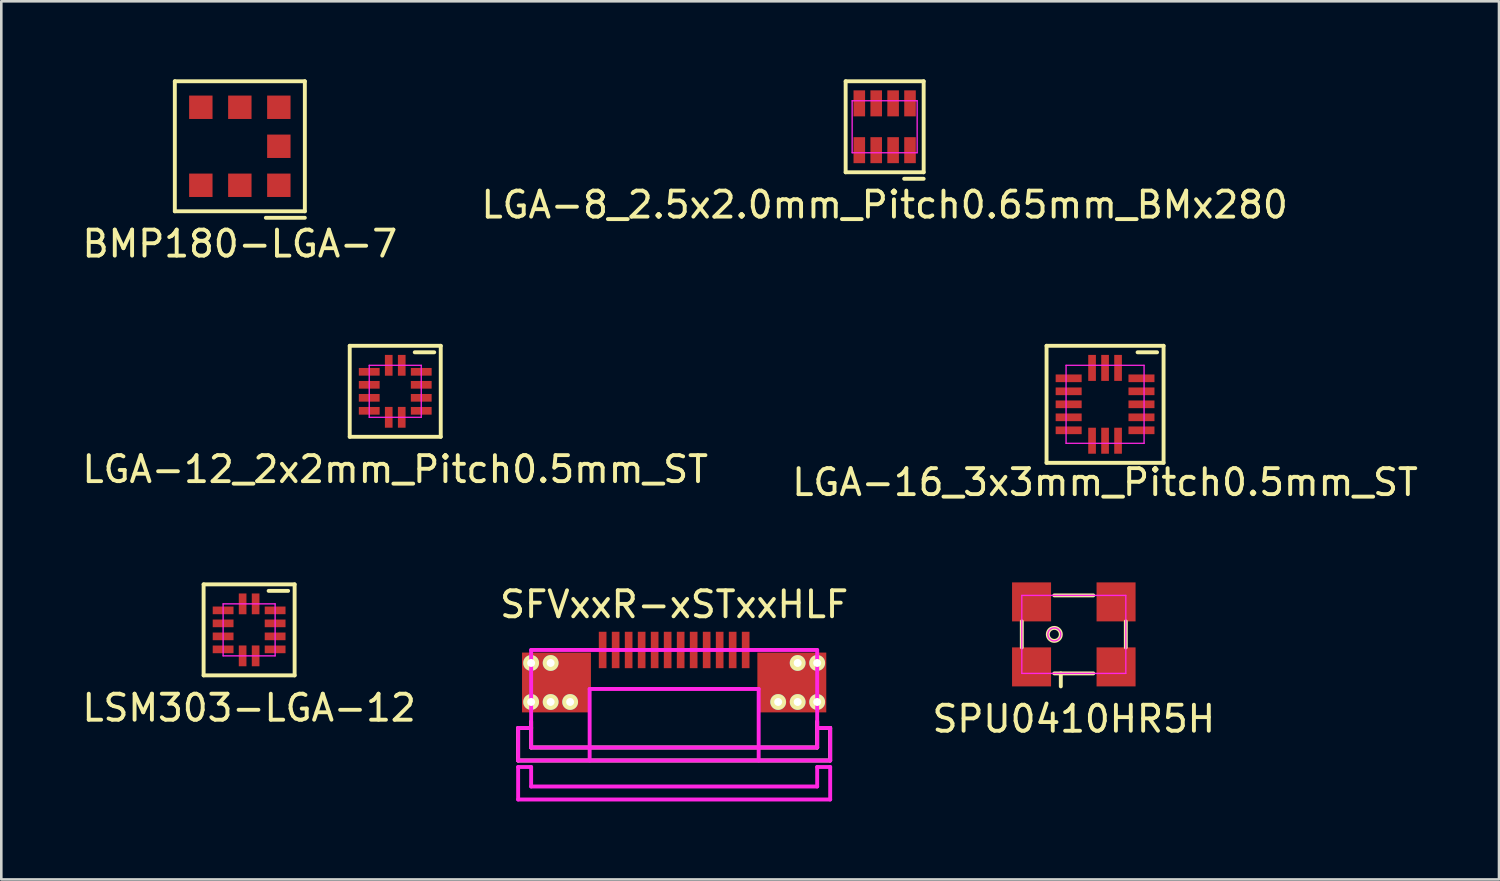
<source format=kicad_pcb>
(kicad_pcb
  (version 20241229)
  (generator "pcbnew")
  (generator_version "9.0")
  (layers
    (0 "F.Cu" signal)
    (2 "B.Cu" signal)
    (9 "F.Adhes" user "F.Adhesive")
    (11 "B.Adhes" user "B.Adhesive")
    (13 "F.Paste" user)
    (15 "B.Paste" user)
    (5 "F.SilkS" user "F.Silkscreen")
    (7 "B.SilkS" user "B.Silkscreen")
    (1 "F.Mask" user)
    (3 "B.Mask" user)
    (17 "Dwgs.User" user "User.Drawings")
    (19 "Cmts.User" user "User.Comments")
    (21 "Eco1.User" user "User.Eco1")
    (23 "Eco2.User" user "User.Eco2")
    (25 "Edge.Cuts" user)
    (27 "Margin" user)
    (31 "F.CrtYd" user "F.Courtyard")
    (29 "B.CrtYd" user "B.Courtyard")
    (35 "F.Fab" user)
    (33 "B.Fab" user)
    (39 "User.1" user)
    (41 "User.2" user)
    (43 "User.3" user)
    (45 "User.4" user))
  (footprint "LGA-16_3x3mm_Pitch0.5mm_ST"
    (layer "F.Cu")
    (at 39.446 12.498)
    (property "Reference" "LGA-16_3x3mm_Pitch0.5mm_ST" (at 0 3 0) (layer "F.SilkS") (effects (font (size 1 1) (thickness 0.15))))
    (attr through_hole)
    (fp_line (start -2.25 -2.25) (end -2.25 2.25) (stroke (width 0.15) (type solid)) (layer "F.SilkS"))
    (fp_line (start -2.25 2.25) (end 2.25 2.25) (stroke (width 0.15) (type solid)) (layer "F.SilkS"))
    (fp_line (start 1.25 -2) (end 2 -2) (stroke (width 0.15) (type solid)) (layer "F.SilkS"))
    (fp_line (start 2.25 -2.25) (end -2.25 -2.25) (stroke (width 0.15) (type solid)) (layer "F.SilkS"))
    (fp_line (start 2.25 2.25) (end 2.25 -2.25) (stroke (width 0.15) (type solid)) (layer "F.SilkS"))
    (fp_line (start -1.5 -1.5) (end -1.5 1.5) (stroke (width 0.05) (type solid)) (layer "F.CrtYd"))
    (fp_line (start -1.5 1.5) (end 1.5 1.5) (stroke (width 0.05) (type solid)) (layer "F.CrtYd"))
    (fp_line (start 1.5 -1.5) (end -1.5 -1.5) (stroke (width 0.05) (type solid)) (layer "F.CrtYd"))
    (fp_line (start 1.5 1.5) (end 1.5 -1.5) (stroke (width 0.05) (type solid)) (layer "F.CrtYd"))
    (pad "1" smd rect (at 1.4 -1) (size 1 0.295) (layers "F.Cu" "F.Mask" "F.Paste"))
    (pad "2" smd rect (at 1.4 -0.5) (size 1 0.295) (layers "F.Cu" "F.Mask" "F.Paste"))
    (pad "3" smd rect (at 1.4 0) (size 1 0.295) (layers "F.Cu" "F.Mask" "F.Paste"))
    (pad "4" smd rect (at 1.4 0.5) (size 1 0.295) (layers "F.Cu" "F.Mask" "F.Paste"))
    (pad "5" smd rect (at 1.4 1) (size 1 0.295) (layers "F.Cu" "F.Mask" "F.Paste"))
    (pad "6" smd rect (at 0.5 1.4 90) (size 1 0.295) (layers "F.Cu" "F.Mask" "F.Paste"))
    (pad "7" smd rect (at 0 1.4 90) (size 1 0.295) (layers "F.Cu" "F.Mask" "F.Paste"))
    (pad "8" smd rect (at -0.5 1.4 90) (size 1 0.295) (layers "F.Cu" "F.Mask" "F.Paste"))
    (pad "9" smd rect (at -1.4 1) (size 1 0.295) (layers "F.Cu" "F.Mask" "F.Paste"))
    (pad "10" smd rect (at -1.4 0.5) (size 1 0.295) (layers "F.Cu" "F.Mask" "F.Paste"))
    (pad "11" smd rect (at -1.4 0) (size 1 0.295) (layers "F.Cu" "F.Mask" "F.Paste"))
    (pad "12" smd rect (at -1.4 -0.5) (size 1 0.295) (layers "F.Cu" "F.Mask" "F.Paste"))
    (pad "13" smd rect (at -1.4 -1) (size 1 0.295) (layers "F.Cu" "F.Mask" "F.Paste"))
    (pad "14" smd rect (at -0.5 -1.4 270) (size 1 0.295) (layers "F.Cu" "F.Mask" "F.Paste"))
    (pad "15" smd rect (at 0 -1.4 270) (size 1 0.295) (layers "F.Cu" "F.Mask" "F.Paste"))
    (pad "16" smd rect (at 0.5 -1.4 270) (size 1 0.295) (layers "F.Cu" "F.Mask" "F.Paste")))
  (footprint "BMP180-LGA-7"
    (layer "F.Cu")
    (at 6.173 2.575)
    (property "Reference" "BMP180-LGA-7" (at 0 3.75 0) (layer "F.SilkS") (effects (font (size 1 1) (thickness 0.15))))
    (attr through_hole)
    (fp_line (start -2.5 -2.5) (end 2.5 -2.5) (stroke (width 0.15) (type solid)) (layer "F.SilkS"))
    (fp_line (start -2.5 2.5) (end -2.5 -2.5) (stroke (width 0.15) (type solid)) (layer "F.SilkS"))
    (fp_line (start 1 2.75) (end 2.5 2.75) (stroke (width 0.15) (type solid)) (layer "F.SilkS"))
    (fp_line (start 2.5 -2.5) (end 2.5 2.5) (stroke (width 0.15) (type solid)) (layer "F.SilkS"))
    (fp_line (start 2.5 2.5) (end -2.5 2.5) (stroke (width 0.15) (type solid)) (layer "F.SilkS"))
    (pad "1" smd rect (at 1.5 1.5) (size 0.9 0.9) (layers "F.Cu" "F.Mask" "F.Paste"))
    (pad "2" smd rect (at 0 1.5) (size 0.9 0.9) (layers "F.Cu" "F.Mask" "F.Paste"))
    (pad "3" smd rect (at -1.5 1.5) (size 0.9 0.9) (layers "F.Cu" "F.Mask" "F.Paste"))
    (pad "4" smd rect (at -1.5 -1.5) (size 0.9 0.9) (layers "F.Cu" "F.Mask" "F.Paste"))
    (pad "5" smd rect (at 0 -1.5) (size 0.9 0.9) (layers "F.Cu" "F.Mask" "F.Paste"))
    (pad "6" smd rect (at 1.5 -1.5) (size 0.9 0.9) (layers "F.Cu" "F.Mask" "F.Paste"))
    (pad "7" smd rect (at 1.5 0) (size 0.9 0.9) (layers "F.Cu" "F.Mask" "F.Paste")))
  (footprint "LGA-12_2x2mm_Pitch0.5mm_ST"
    (layer "F.Cu")
    (at 12.149 11.998)
    (property "Reference" "LGA-12_2x2mm_Pitch0.5mm_ST" (at 0 3 0) (layer "F.SilkS") (effects (font (size 1 1) (thickness 0.15))))
    (attr through_hole)
    (fp_line (start -1.75 -1.75) (end -1.75 1.75) (stroke (width 0.15) (type solid)) (layer "F.SilkS"))
    (fp_line (start -1.75 1.75) (end 1.75 1.75) (stroke (width 0.15) (type solid)) (layer "F.SilkS"))
    (fp_line (start 1.5 -1.5) (end 0.75 -1.5) (stroke (width 0.15) (type solid)) (layer "F.SilkS"))
    (fp_line (start 1.75 -1.75) (end -1.75 -1.75) (stroke (width 0.15) (type solid)) (layer "F.SilkS"))
    (fp_line (start 1.75 1.75) (end 1.75 -1.75) (stroke (width 0.15) (type solid)) (layer "F.SilkS"))
    (fp_line (start -1 -1) (end -1 1) (stroke (width 0.05) (type solid)) (layer "F.CrtYd"))
    (fp_line (start -1 1) (end 1 1) (stroke (width 0.05) (type solid)) (layer "F.CrtYd"))
    (fp_line (start 1 -1) (end -1 -1) (stroke (width 0.05) (type solid)) (layer "F.CrtYd"))
    (fp_line (start 1 1) (end 1 -1) (stroke (width 0.05) (type solid)) (layer "F.CrtYd"))
    (pad "1" smd rect (at 1 -0.75) (size 0.8 0.295) (layers "F.Cu" "F.Mask" "F.Paste"))
    (pad "2" smd rect (at 1 -0.25) (size 0.8 0.295) (layers "F.Cu" "F.Mask" "F.Paste"))
    (pad "3" smd rect (at 1 0.25) (size 0.8 0.295) (layers "F.Cu" "F.Mask" "F.Paste"))
    (pad "4" smd rect (at 1 0.75) (size 0.8 0.295) (layers "F.Cu" "F.Mask" "F.Paste"))
    (pad "5" smd rect (at 0.25 1 90) (size 0.8 0.295) (layers "F.Cu" "F.Mask" "F.Paste"))
    (pad "6" smd rect (at -0.25 1 90) (size 0.8 0.295) (layers "F.Cu" "F.Mask" "F.Paste"))
    (pad "7" smd rect (at -1 0.75) (size 0.8 0.295) (layers "F.Cu" "F.Mask" "F.Paste"))
    (pad "8" smd rect (at -1 0.25) (size 0.8 0.295) (layers "F.Cu" "F.Mask" "F.Paste"))
    (pad "9" smd rect (at -1 -0.25) (size 0.8 0.295) (layers "F.Cu" "F.Mask" "F.Paste"))
    (pad "10" smd rect (at -1 -0.75) (size 0.8 0.295) (layers "F.Cu" "F.Mask" "F.Paste"))
    (pad "11" smd rect (at -0.25 -1 270) (size 0.8 0.295) (layers "F.Cu" "F.Mask" "F.Paste"))
    (pad "12" smd rect (at 0.25 -1 270) (size 0.8 0.295) (layers "F.Cu" "F.Mask" "F.Paste")))
  (footprint "LSM303-LGA-12"
    (layer "F.Cu")
    (at 6.53 21.172)
    (property "Reference" "LSM303-LGA-12" (at 0 3 0) (layer "F.SilkS") (effects (font (size 1 1) (thickness 0.15))))
    (attr through_hole)
    (fp_line (start -1.75 -1.75) (end -1.75 1.75) (stroke (width 0.15) (type solid)) (layer "F.SilkS"))
    (fp_line (start -1.75 1.75) (end 1.75 1.75) (stroke (width 0.15) (type solid)) (layer "F.SilkS"))
    (fp_line (start 1.5 -1.5) (end 0.75 -1.5) (stroke (width 0.15) (type solid)) (layer "F.SilkS"))
    (fp_line (start 1.75 -1.75) (end -1.75 -1.75) (stroke (width 0.15) (type solid)) (layer "F.SilkS"))
    (fp_line (start 1.75 1.75) (end 1.75 -1.75) (stroke (width 0.15) (type solid)) (layer "F.SilkS"))
    (fp_line (start -1 -1) (end -1 1) (stroke (width 0.05) (type solid)) (layer "F.CrtYd"))
    (fp_line (start -1 1) (end 1 1) (stroke (width 0.05) (type solid)) (layer "F.CrtYd"))
    (fp_line (start 1 -1) (end -1 -1) (stroke (width 0.05) (type solid)) (layer "F.CrtYd"))
    (fp_line (start 1 1) (end 1 -1) (stroke (width 0.05) (type solid)) (layer "F.CrtYd"))
    (pad "1" smd rect (at 1 -0.75) (size 0.8 0.295) (layers "F.Cu" "F.Mask" "F.Paste"))
    (pad "2" smd rect (at 1 -0.25) (size 0.8 0.295) (layers "F.Cu" "F.Mask" "F.Paste"))
    (pad "3" smd rect (at 1 0.25) (size 0.8 0.295) (layers "F.Cu" "F.Mask" "F.Paste"))
    (pad "4" smd rect (at 1 0.75) (size 0.8 0.295) (layers "F.Cu" "F.Mask" "F.Paste"))
    (pad "5" smd rect (at 0.25 1 90) (size 0.8 0.295) (layers "F.Cu" "F.Mask" "F.Paste"))
    (pad "6" smd rect (at -0.25 1 90) (size 0.8 0.295) (layers "F.Cu" "F.Mask" "F.Paste"))
    (pad "7" smd rect (at -1 0.75) (size 0.8 0.295) (layers "F.Cu" "F.Mask" "F.Paste"))
    (pad "8" smd rect (at -1 0.25) (size 0.8 0.295) (layers "F.Cu" "F.Mask" "F.Paste"))
    (pad "9" smd rect (at -1 -0.25) (size 0.8 0.295) (layers "F.Cu" "F.Mask" "F.Paste"))
    (pad "10" smd rect (at -1 -0.75) (size 0.8 0.295) (layers "F.Cu" "F.Mask" "F.Paste"))
    (pad "11" smd rect (at -0.25 -1 270) (size 0.8 0.295) (layers "F.Cu" "F.Mask" "F.Paste"))
    (pad "12" smd rect (at 0.25 -1 270) (size 0.8 0.295) (layers "F.Cu" "F.Mask" "F.Paste")))
  (footprint "SPU0410HR5H"
    (layer "F.Cu")
    (at 38.244 21.346)
    (property "Reference" "SPU0410HR5H" (at 0 3.25 0) (layer "F.SilkS") (effects (font (size 1 1) (thickness 0.15))))
    (attr through_hole)
    (fp_line (start -2 -0.5) (end -2 0.5) (stroke (width 0.15) (type solid)) (layer "F.SilkS"))
    (fp_line (start -0.75 1.5) (end 0.75 1.5) (stroke (width 0.15) (type solid)) (layer "F.SilkS"))
    (fp_line (start -0.5 2) (end -0.5 1.5) (stroke (width 0.15) (type solid)) (layer "F.SilkS"))
    (fp_line (start 0.75 -1.5) (end -0.75 -1.5) (stroke (width 0.15) (type solid)) (layer "F.SilkS"))
    (fp_line (start 2 0.5) (end 2 -0.5) (stroke (width 0.15) (type solid)) (layer "F.SilkS"))
    (fp_circle (center -0.75 0) (end -0.5 0) (stroke (width 0.15) (type solid)) (fill no) (layer "F.SilkS"))
    (fp_line (start -2 -1.5) (end -2 1.5) (stroke (width 0.05) (type solid)) (layer "F.CrtYd"))
    (fp_line (start -2 1.5) (end 2 1.5) (stroke (width 0.05) (type solid)) (layer "F.CrtYd"))
    (fp_line (start 2 -1.5) (end -2 -1.5) (stroke (width 0.05) (type solid)) (layer "F.CrtYd"))
    (fp_line (start 2 1.5) (end 2 -1.5) (stroke (width 0.05) (type solid)) (layer "F.CrtYd"))
    (fp_circle (center -0.75 0) (end -0.75 -0.25) (stroke (width 0.05) (type solid)) (fill no) (layer "F.CrtYd"))
    (pad "1" smd rect (at -1.625 1.25 90) (size 1.5 1.5) (layers "F.Cu" "F.Mask" "F.Paste"))
    (pad "2" smd rect (at 1.625 1.25 90) (size 1.5 1.5) (layers "F.Cu" "F.Mask" "F.Paste"))
    (pad "3" smd rect (at 1.625 -1.25 90) (size 1.5 1.5) (layers "F.Cu" "F.Mask" "F.Paste"))
    (pad "4" smd rect (at -1.625 -1.25 90) (size 1.5 1.5) (layers "F.Cu" "F.Mask" "F.Paste")))
  (footprint "SFVxxR-xSTxxHLF"
    (layer "F.Cu")
    (at 22.875 21.945)
    (property "Reference" "SFVxxR-xSTxxHLF" (at 0 -1.75 0) (layer "F.SilkS") (effects (font (size 1 1) (thickness 0.15))))
    (attr through_hole)
    (fp_line (start -6 3) (end -5.5 3) (stroke (width 0.15) (type solid)) (layer "F.SilkS"))
    (fp_line (start -6 4.25) (end -6 3) (stroke (width 0.15) (type solid)) (layer "F.SilkS"))
    (fp_line (start -6 4.25) (end 6 4.25) (stroke (width 0.15) (type solid)) (layer "F.SilkS"))
    (fp_line (start -5.5 3) (end -5.5 2.75) (stroke (width 0.15) (type solid)) (layer "F.SilkS"))
    (fp_line (start -5.5 3.75) (end -5.5 3) (stroke (width 0.15) (type solid)) (layer "F.SilkS"))
    (fp_line (start 5.5 3) (end 5.5 2.75) (stroke (width 0.15) (type solid)) (layer "F.SilkS"))
    (fp_line (start 5.5 3) (end 5.5 3.75) (stroke (width 0.15) (type solid)) (layer "F.SilkS"))
    (fp_line (start 5.5 3.75) (end -5.5 3.75) (stroke (width 0.15) (type solid)) (layer "F.SilkS"))
    (fp_line (start 6 3) (end 5.5 3) (stroke (width 0.15) (type solid)) (layer "F.SilkS"))
    (fp_line (start 6 4.25) (end 6 3) (stroke (width 0.15) (type solid)) (layer "F.SilkS"))
    (fp_line (start -6 3) (end -5.5 3) (stroke (width 0.15) (type solid)) (layer "F.CrtYd"))
    (fp_line (start -6 4.25) (end -6 3) (stroke (width 0.15) (type solid)) (layer "F.CrtYd"))
    (fp_line (start -6 4.5) (end -5.5 4.5) (stroke (width 0.15) (type solid)) (layer "F.CrtYd"))
    (fp_line (start -6 5.75) (end -6 4.5) (stroke (width 0.15) (type solid)) (layer "F.CrtYd"))
    (fp_line (start -6 5.75) (end 6 5.75) (stroke (width 0.15) (type solid)) (layer "F.CrtYd"))
    (fp_line (start -5.5 0) (end -5.5 3.75) (stroke (width 0.15) (type solid)) (layer "F.CrtYd"))
    (fp_line (start -5.5 0) (end 5.5 0) (stroke (width 0.15) (type solid)) (layer "F.CrtYd"))
    (fp_line (start -5.5 3.75) (end 5.5 3.75) (stroke (width 0.15) (type solid)) (layer "F.CrtYd"))
    (fp_line (start -5.5 4.5) (end -5.5 5.25) (stroke (width 0.15) (type solid)) (layer "F.CrtYd"))
    (fp_line (start -5.5 5.25) (end 5.5 5.25) (stroke (width 0.15) (type solid)) (layer "F.CrtYd"))
    (fp_line (start -3.25 1.5) (end -3.25 4.25) (stroke (width 0.15) (type solid)) (layer "F.CrtYd"))
    (fp_line (start -3.25 1.5) (end 3.25 1.5) (stroke (width 0.15) (type solid)) (layer "F.CrtYd"))
    (fp_line (start 3.25 1.5) (end 3.25 4.25) (stroke (width 0.15) (type solid)) (layer "F.CrtYd"))
    (fp_line (start 5.5 3) (end 6 3) (stroke (width 0.15) (type solid)) (layer "F.CrtYd"))
    (fp_line (start 5.5 3.75) (end 5.5 0) (stroke (width 0.15) (type solid)) (layer "F.CrtYd"))
    (fp_line (start 5.5 4.5) (end 6 4.5) (stroke (width 0.15) (type solid)) (layer "F.CrtYd"))
    (fp_line (start 5.5 5.25) (end 5.5 4.5) (stroke (width 0.15) (type solid)) (layer "F.CrtYd"))
    (fp_line (start 6 3) (end 6 4.25) (stroke (width 0.15) (type solid)) (layer "F.CrtYd"))
    (fp_line (start 6 4.25) (end -6 4.25) (stroke (width 0.15) (type solid)) (layer "F.CrtYd"))
    (fp_line (start 6 4.5) (end 6 5.75) (stroke (width 0.15) (type solid)) (layer "F.CrtYd"))
    (pad "1" smd rect (at -2.75 0) (size 0.295 1.4) (layers "F.Cu" "F.Mask" "F.Paste"))
    (pad "2" smd rect (at -2.25 0) (size 0.295 1.4) (layers "F.Cu" "F.Mask" "F.Paste"))
    (pad "3" smd rect (at -1.75 0) (size 0.295 1.4) (layers "F.Cu" "F.Mask" "F.Paste"))
    (pad "4" smd rect (at -1.25 0) (size 0.295 1.4) (layers "F.Cu" "F.Mask" "F.Paste"))
    (pad "5" smd rect (at -0.75 0) (size 0.295 1.4) (layers "F.Cu" "F.Mask" "F.Paste"))
    (pad "6" smd rect (at -0.25 0) (size 0.295 1.4) (layers "F.Cu" "F.Mask" "F.Paste"))
    (pad "7" smd rect (at 0.25 0) (size 0.295 1.4) (layers "F.Cu" "F.Mask" "F.Paste"))
    (pad "8" smd rect (at 0.75 0) (size 0.295 1.4) (layers "F.Cu" "F.Mask" "F.Paste"))
    (pad "9" smd rect (at 1.25 0) (size 0.295 1.4) (layers "F.Cu" "F.Mask" "F.Paste"))
    (pad "10" smd rect (at 1.75 0) (size 0.295 1.4) (layers "F.Cu" "F.Mask" "F.Paste"))
    (pad "11" smd rect (at 2.25 0) (size 0.295 1.4) (layers "F.Cu" "F.Mask" "F.Paste"))
    (pad "12" smd rect (at 2.75 0) (size 0.295 1.4) (layers "F.Cu" "F.Mask" "F.Paste"))
    (pad "13" thru_hole circle (at -5.5 0.5) (size 0.61 0.61) (drill 0.305) (layers "*.Cu" "*.Mask" "F.SilkS"))
    (pad "13" thru_hole circle (at -5.5 2) (size 0.61 0.61) (drill 0.305) (layers "*.Cu" "*.Mask" "F.SilkS"))
    (pad "13" thru_hole circle (at -4.75 0.5) (size 0.61 0.61) (drill 0.305) (layers "*.Cu" "*.Mask" "F.SilkS"))
    (pad "13" thru_hole circle (at -4.75 2) (size 0.61 0.61) (drill 0.305) (layers "*.Cu" "*.Mask" "F.SilkS"))
    (pad "13" smd rect (at -4.525 1.25) (size 2.65 2.3) (layers "F.Cu" "F.Mask" "F.Paste"))
    (pad "13" thru_hole circle (at -4 2) (size 0.61 0.61) (drill 0.305) (layers "*.Cu" "*.Mask" "F.SilkS"))
    (pad "13" thru_hole circle (at 4 2) (size 0.61 0.61) (drill 0.305) (layers "*.Cu" "*.Mask" "F.SilkS"))
    (pad "13" smd rect (at 4.525 1.25) (size 2.65 2.3) (layers "F.Cu" "F.Mask" "F.Paste"))
    (pad "13" thru_hole circle (at 4.75 0.5) (size 0.61 0.61) (drill 0.305) (layers "*.Cu" "*.Mask" "F.SilkS"))
    (pad "13" thru_hole circle (at 4.75 2) (size 0.61 0.61) (drill 0.305) (layers "*.Cu" "*.Mask" "F.SilkS"))
    (pad "13" thru_hole circle (at 5.5 0.5) (size 0.61 0.61) (drill 0.305) (layers "*.Cu" "*.Mask" "F.SilkS"))
    (pad "13" thru_hole circle (at 5.5 2) (size 0.61 0.61) (drill 0.305) (layers "*.Cu" "*.Mask" "F.SilkS")))
  (footprint "LGA-8_2.5x2.0mm_Pitch0.65mm_BMx280"
    (layer "F.Cu")
    (at 30.97 1.825)
    (property "Reference" "LGA-8_2.5x2.0mm_Pitch0.65mm_BMx280" (at 0 3 0) (layer "F.SilkS") (effects (font (size 1 1) (thickness 0.15))))
    (attr through_hole)
    (fp_line (start -1.5 -1.75) (end -1.5 1.75) (stroke (width 0.15) (type solid)) (layer "F.SilkS"))
    (fp_line (start -1.5 1.75) (end 1.5 1.75) (stroke (width 0.15) (type solid)) (layer "F.SilkS"))
    (fp_line (start 0.75 2) (end 1.5 2) (stroke (width 0.15) (type solid)) (layer "F.SilkS"))
    (fp_line (start 1.5 -1.75) (end -1.5 -1.75) (stroke (width 0.15) (type solid)) (layer "F.SilkS"))
    (fp_line (start 1.5 1.75) (end 1.5 -1.75) (stroke (width 0.15) (type solid)) (layer "F.SilkS"))
    (fp_line (start -1.25 -1) (end 1.25 -1) (stroke (width 0.05) (type solid)) (layer "F.CrtYd"))
    (fp_line (start -1.25 1) (end -1.25 -1) (stroke (width 0.05) (type solid)) (layer "F.CrtYd"))
    (fp_line (start 1.25 -1) (end 1.25 1) (stroke (width 0.05) (type solid)) (layer "F.CrtYd"))
    (fp_line (start 1.25 1) (end -1.25 1) (stroke (width 0.05) (type solid)) (layer "F.CrtYd"))
    (pad "1" smd rect (at 0.975 0.9) (size 0.445 1) (layers "F.Cu" "F.Mask" "F.Paste"))
    (pad "2" smd rect (at 0.325 0.9) (size 0.445 1) (layers "F.Cu" "F.Mask" "F.Paste"))
    (pad "3" smd rect (at -0.325 0.9) (size 0.445 1) (layers "F.Cu" "F.Mask" "F.Paste"))
    (pad "4" smd rect (at -0.975 0.9) (size 0.445 1) (layers "F.Cu" "F.Mask" "F.Paste"))
    (pad "5" smd rect (at 0.975 -0.9) (size 0.445 1) (layers "F.Cu" "F.Mask" "F.Paste"))
    (pad "6" smd rect (at 0.325 -0.9) (size 0.445 1) (layers "F.Cu" "F.Mask" "F.Paste"))
    (pad "7" smd rect (at -0.325 -0.9) (size 0.445 1) (layers "F.Cu" "F.Mask" "F.Paste"))
    (pad "8" smd rect (at -0.975 -0.9) (size 0.445 1) (layers "F.Cu" "F.Mask" "F.Paste")))
  (gr_rect
    (start -3 -3)
    (end 54.595 30.77)
    (stroke (width 0.1) (type default))
    (fill no)
    (layer "Edge.Cuts")))
</source>
